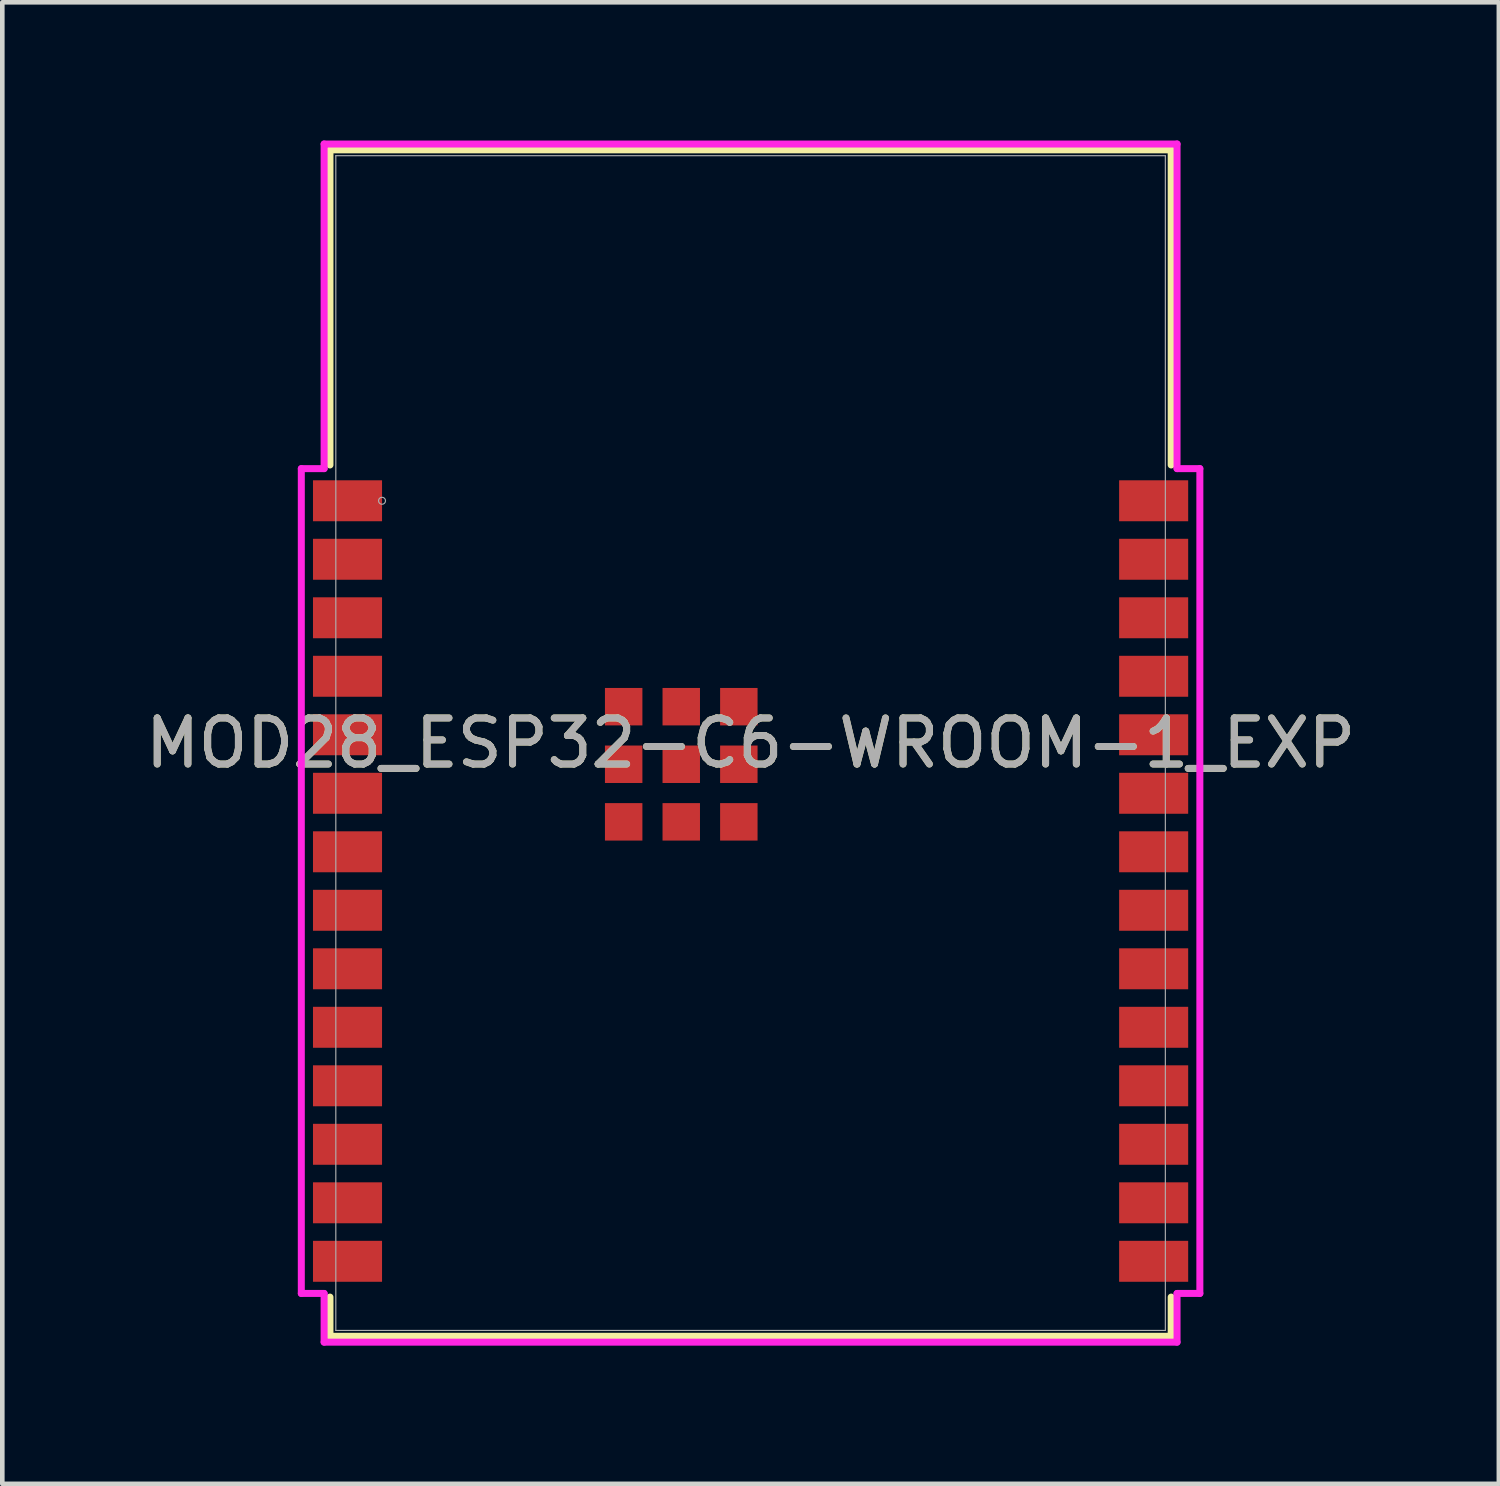
<source format=kicad_pcb>
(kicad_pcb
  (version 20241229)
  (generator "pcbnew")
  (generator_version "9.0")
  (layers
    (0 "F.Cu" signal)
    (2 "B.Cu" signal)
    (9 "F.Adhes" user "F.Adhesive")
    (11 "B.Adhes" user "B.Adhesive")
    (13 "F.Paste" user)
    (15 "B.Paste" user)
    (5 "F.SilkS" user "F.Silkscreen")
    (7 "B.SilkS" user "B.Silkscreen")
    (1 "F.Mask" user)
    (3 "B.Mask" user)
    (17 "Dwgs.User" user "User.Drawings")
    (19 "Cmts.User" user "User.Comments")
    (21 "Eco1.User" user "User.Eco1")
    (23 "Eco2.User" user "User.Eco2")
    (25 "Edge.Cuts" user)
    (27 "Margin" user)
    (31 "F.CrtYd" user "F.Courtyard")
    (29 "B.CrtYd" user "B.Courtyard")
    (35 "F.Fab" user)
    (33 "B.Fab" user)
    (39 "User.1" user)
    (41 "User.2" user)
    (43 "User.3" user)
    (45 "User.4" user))
  (footprint "MOD28_ESP32-C6-WROOM-1_EXP"
    (layer "F.Cu")
    (at 13.244 13.081)
    (property "Reference" "MOD28_ESP32-C6-WROOM-1_EXP" (at 0 0 0) (unlocked yes) (layer "F.SilkS") (effects (font (size 1 1) (thickness 0.15))))
    (attr smd)
    (fp_line (start -9.131 -12.878) (end 9.131 -12.878) (stroke (width 0.152) (type solid)) (layer "F.SilkS"))
    (fp_line (start -9.131 -6.037) (end -9.131 -12.878) (stroke (width 0.152) (type solid)) (layer "F.SilkS"))
    (fp_line (start -9.131 12.878) (end -9.131 12.027) (stroke (width 0.152) (type solid)) (layer "F.SilkS"))
    (fp_line (start 9.131 -12.878) (end 9.131 -6.037) (stroke (width 0.152) (type solid)) (layer "F.SilkS"))
    (fp_line (start 9.131 12.027) (end 9.131 12.878) (stroke (width 0.152) (type solid)) (layer "F.SilkS"))
    (fp_line (start 9.131 12.878) (end -9.131 12.878) (stroke (width 0.152) (type solid)) (layer "F.SilkS"))
    (fp_poly (pts (xy -9.004 -12.751) (xy -9.004 -6.756) (xy 9.004 -6.756) (xy 9.004 -12.751)) (stroke (width 0.1) (type solid)) (fill no) (layer "Eco2.User"))
    (fp_line (start -9.753 -5.958) (end -9.753 11.948) (stroke (width 0.152) (type solid)) (layer "F.CrtYd"))
    (fp_line (start -9.753 11.948) (end -9.258 11.948) (stroke (width 0.152) (type solid)) (layer "F.CrtYd"))
    (fp_line (start -9.258 -13.005) (end -9.258 -5.958) (stroke (width 0.152) (type solid)) (layer "F.CrtYd"))
    (fp_line (start -9.258 -5.958) (end -9.753 -5.958) (stroke (width 0.152) (type solid)) (layer "F.CrtYd"))
    (fp_line (start -9.258 11.948) (end -9.258 13.005) (stroke (width 0.152) (type solid)) (layer "F.CrtYd"))
    (fp_line (start -9.258 13.005) (end 9.258 13.005) (stroke (width 0.152) (type solid)) (layer "F.CrtYd"))
    (fp_line (start 9.258 -13.005) (end -9.258 -13.005) (stroke (width 0.152) (type solid)) (layer "F.CrtYd"))
    (fp_line (start 9.258 -5.958) (end 9.258 -13.005) (stroke (width 0.152) (type solid)) (layer "F.CrtYd"))
    (fp_line (start 9.258 11.948) (end 9.753 11.948) (stroke (width 0.152) (type solid)) (layer "F.CrtYd"))
    (fp_line (start 9.258 13.005) (end 9.258 11.948) (stroke (width 0.152) (type solid)) (layer "F.CrtYd"))
    (fp_line (start 9.753 -5.958) (end 9.258 -5.958) (stroke (width 0.152) (type solid)) (layer "F.CrtYd"))
    (fp_line (start 9.753 11.948) (end 9.753 -5.958) (stroke (width 0.152) (type solid)) (layer "F.CrtYd"))
    (fp_line (start -9.004 -12.751) (end -9.004 12.751) (stroke (width 0.025) (type solid)) (layer "F.Fab"))
    (fp_line (start -9.004 12.751) (end 9.004 12.751) (stroke (width 0.025) (type solid)) (layer "F.Fab"))
    (fp_line (start 9.004 -12.751) (end -9.004 -12.751) (stroke (width 0.025) (type solid)) (layer "F.Fab"))
    (fp_line (start 9.004 12.751) (end 9.004 -12.751) (stroke (width 0.025) (type solid)) (layer "F.Fab"))
    (fp_circle (center -8.001 -5.26) (end -7.925 -5.26) (stroke (width 0.025) (type solid)) (fill no) (layer "F.Fab"))
    (fp_text user "${REFERENCE}" (at 0 0 0) (unlocked yes) (layer "F.Fab") (effects (font (size 1 1) (thickness 0.15))))
    (pad "1" smd rect (at -8.75 -5.26) (size 1.499 0.889) (layers "F.Cu" "F.Mask" "F.Paste"))
    (pad "2" smd rect (at -8.75 -3.99) (size 1.499 0.889) (layers "F.Cu" "F.Mask" "F.Paste"))
    (pad "3" smd rect (at -8.75 -2.72) (size 1.499 0.889) (layers "F.Cu" "F.Mask" "F.Paste"))
    (pad "4" smd rect (at -8.75 -1.45) (size 1.499 0.889) (layers "F.Cu" "F.Mask" "F.Paste"))
    (pad "5" smd rect (at -8.75 -0.18) (size 1.499 0.889) (layers "F.Cu" "F.Mask" "F.Paste"))
    (pad "6" smd rect (at -8.75 1.09) (size 1.499 0.889) (layers "F.Cu" "F.Mask" "F.Paste"))
    (pad "7" smd rect (at -8.75 2.36) (size 1.499 0.889) (layers "F.Cu" "F.Mask" "F.Paste"))
    (pad "8" smd rect (at -8.75 3.63) (size 1.499 0.889) (layers "F.Cu" "F.Mask" "F.Paste"))
    (pad "9" smd rect (at -8.75 4.9) (size 1.499 0.889) (layers "F.Cu" "F.Mask" "F.Paste"))
    (pad "10" smd rect (at -8.75 6.17) (size 1.499 0.889) (layers "F.Cu" "F.Mask" "F.Paste"))
    (pad "11" smd rect (at -8.75 7.44) (size 1.499 0.889) (layers "F.Cu" "F.Mask" "F.Paste"))
    (pad "12" smd rect (at -8.75 8.71) (size 1.499 0.889) (layers "F.Cu" "F.Mask" "F.Paste"))
    (pad "13" smd rect (at -8.75 9.98) (size 1.499 0.889) (layers "F.Cu" "F.Mask" "F.Paste"))
    (pad "14" smd rect (at -8.75 11.25) (size 1.499 0.889) (layers "F.Cu" "F.Mask" "F.Paste"))
    (pad "15" smd rect (at 8.75 11.25) (size 1.499 0.889) (layers "F.Cu" "F.Mask" "F.Paste"))
    (pad "16" smd rect (at 8.75 9.98) (size 1.499 0.889) (layers "F.Cu" "F.Mask" "F.Paste"))
    (pad "17" smd rect (at 8.75 8.71) (size 1.499 0.889) (layers "F.Cu" "F.Mask" "F.Paste"))
    (pad "18" smd rect (at 8.75 7.44) (size 1.499 0.889) (layers "F.Cu" "F.Mask" "F.Paste"))
    (pad "19" smd rect (at 8.75 6.17) (size 1.499 0.889) (layers "F.Cu" "F.Mask" "F.Paste"))
    (pad "20" smd rect (at 8.75 4.9) (size 1.499 0.889) (layers "F.Cu" "F.Mask" "F.Paste"))
    (pad "21" smd rect (at 8.75 3.63) (size 1.499 0.889) (layers "F.Cu" "F.Mask" "F.Paste"))
    (pad "22" smd rect (at 8.75 2.36) (size 1.499 0.889) (layers "F.Cu" "F.Mask" "F.Paste"))
    (pad "23" smd rect (at 8.75 1.09) (size 1.499 0.889) (layers "F.Cu" "F.Mask" "F.Paste"))
    (pad "24" smd rect (at 8.75 -0.18) (size 1.499 0.889) (layers "F.Cu" "F.Mask" "F.Paste"))
    (pad "25" smd rect (at 8.75 -1.45) (size 1.499 0.889) (layers "F.Cu" "F.Mask" "F.Paste"))
    (pad "26" smd rect (at 8.75 -2.72) (size 1.499 0.889) (layers "F.Cu" "F.Mask" "F.Paste"))
    (pad "27" smd rect (at 8.75 -3.99) (size 1.499 0.889) (layers "F.Cu" "F.Mask" "F.Paste"))
    (pad "28" smd rect (at 8.75 -5.26) (size 1.499 0.889) (layers "F.Cu" "F.Mask" "F.Paste"))
    (pad "29" smd rect (at -1.505 0.46) (size 0.813 0.813) (layers "F.Cu" "F.Mask" "F.Paste"))
    (pad "30" smd rect (at -2.755 -0.79) (size 0.813 0.813) (layers "F.Cu" "F.Mask" "F.Paste"))
    (pad "31" smd rect (at -2.755 0.46) (size 0.813 0.813) (layers "F.Cu" "F.Mask" "F.Paste"))
    (pad "32" smd rect (at -2.755 1.71) (size 0.813 0.813) (layers "F.Cu" "F.Mask" "F.Paste"))
    (pad "33" smd rect (at -1.505 1.71) (size 0.813 0.813) (layers "F.Cu" "F.Mask" "F.Paste"))
    (pad "34" smd rect (at -0.255 1.71) (size 0.813 0.813) (layers "F.Cu" "F.Mask" "F.Paste"))
    (pad "35" smd rect (at -0.255 0.46) (size 0.813 0.813) (layers "F.Cu" "F.Mask" "F.Paste"))
    (pad "36" smd rect (at -0.255 -0.79) (size 0.813 0.813) (layers "F.Cu" "F.Mask" "F.Paste"))
    (pad "37" smd rect (at -1.505 -0.79) (size 0.813 0.813) (layers "F.Cu" "F.Mask" "F.Paste")))
  (gr_rect
    (start -3 -3)
    (end 29.488 29.162)
    (stroke (width 0.1) (type default))
    (fill no)
    (layer "Edge.Cuts")))
</source>
